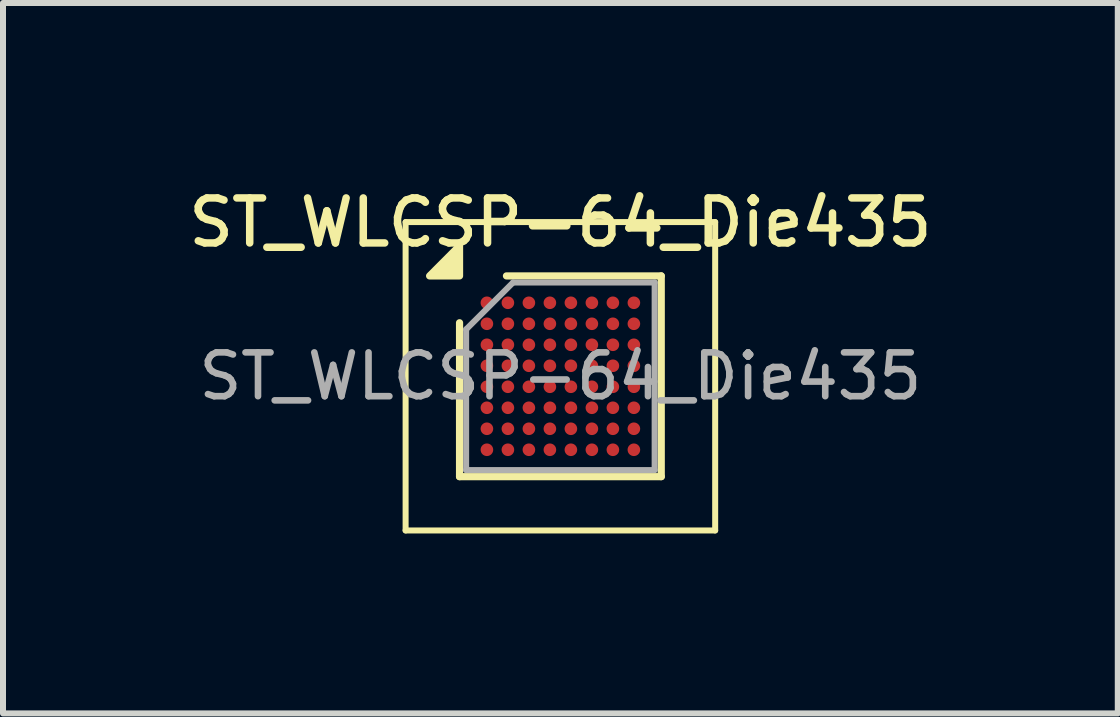
<source format=kicad_pcb>
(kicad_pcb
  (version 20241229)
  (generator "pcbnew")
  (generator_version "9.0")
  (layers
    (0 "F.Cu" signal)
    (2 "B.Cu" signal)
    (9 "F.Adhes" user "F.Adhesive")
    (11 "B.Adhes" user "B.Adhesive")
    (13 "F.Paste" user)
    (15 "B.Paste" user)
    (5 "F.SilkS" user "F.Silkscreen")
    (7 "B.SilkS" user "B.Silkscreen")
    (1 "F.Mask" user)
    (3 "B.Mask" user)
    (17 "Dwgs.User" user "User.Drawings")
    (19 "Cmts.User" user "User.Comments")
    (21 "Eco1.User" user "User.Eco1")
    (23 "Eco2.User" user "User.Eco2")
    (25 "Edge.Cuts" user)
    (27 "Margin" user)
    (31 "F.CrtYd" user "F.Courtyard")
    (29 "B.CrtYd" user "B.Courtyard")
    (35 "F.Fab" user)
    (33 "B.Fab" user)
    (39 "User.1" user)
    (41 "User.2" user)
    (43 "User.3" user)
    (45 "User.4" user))
  (footprint "ST_WLCSP-64_Die435"
    (layer "F.Cu")
    (at 6.291 3.222)
    (property "Reference" "ST_WLCSP-64_Die435" (at 0 -2.563 0) (layer "F.SilkS") (effects (font (size 0.75 0.75) (thickness 0.125))))
    (attr smd)
    (fp_line (start -2.58 -2.57) (end -2.58 2.57) (stroke (width 0.1) (type solid)) (layer "F.SilkS"))
    (fp_line (start -2.58 2.57) (end 2.58 2.57) (stroke (width 0.1) (type solid)) (layer "F.SilkS"))
    (fp_line (start -1.681 1.673) (end -1.681 -0.892) (stroke (width 0.12) (type solid)) (layer "F.SilkS"))
    (fp_line (start -0.899 -1.673) (end 1.681 -1.673) (stroke (width 0.12) (type solid)) (layer "F.SilkS"))
    (fp_line (start 1.681 -1.673) (end 1.681 1.673) (stroke (width 0.12) (type solid)) (layer "F.SilkS"))
    (fp_line (start 1.681 1.673) (end -1.681 1.673) (stroke (width 0.12) (type solid)) (layer "F.SilkS"))
    (fp_line (start 2.58 -2.57) (end -2.58 -2.57) (stroke (width 0.1) (type solid)) (layer "F.SilkS"))
    (fp_line (start 2.58 2.57) (end 2.58 -2.57) (stroke (width 0.1) (type solid)) (layer "F.SilkS"))
    (fp_poly (pts (xy -1.681 -1.673) (xy -2.18 -1.673) (xy -1.681 -2.174) (xy -1.681 -1.673)) (stroke (width 0.12) (type solid)) (fill yes) (layer "F.SilkS"))
    (fp_line (start -1.571 -0.782) (end -0.789 -1.563) (stroke (width 0.1) (type solid)) (layer "F.Fab"))
    (fp_line (start -1.571 1.563) (end -1.571 -0.782) (stroke (width 0.1) (type solid)) (layer "F.Fab"))
    (fp_line (start -0.789 -1.563) (end 1.571 -1.563) (stroke (width 0.1) (type solid)) (layer "F.Fab"))
    (fp_line (start 1.571 -1.563) (end 1.571 1.563) (stroke (width 0.1) (type solid)) (layer "F.Fab"))
    (fp_line (start 1.571 1.563) (end -1.571 1.563) (stroke (width 0.1) (type solid)) (layer "F.Fab"))
    (fp_text user "${REFERENCE}" (at 0 0 0) (layer "F.Fab") (effects (font (size 0.73 0.73) (thickness 0.11))))
    (pad "A1" smd circle (at -1.225 -1.225) (size 0.21 0.21) (property pad_prop_bga) (layers "F.Cu" "F.Mask" "F.Paste"))
    (pad "A2" smd circle (at -0.875 -1.225) (size 0.21 0.21) (property pad_prop_bga) (layers "F.Cu" "F.Mask" "F.Paste"))
    (pad "A3" smd circle (at -0.525 -1.225) (size 0.21 0.21) (property pad_prop_bga) (layers "F.Cu" "F.Mask" "F.Paste"))
    (pad "A4" smd circle (at -0.175 -1.225) (size 0.21 0.21) (property pad_prop_bga) (layers "F.Cu" "F.Mask" "F.Paste"))
    (pad "A5" smd circle (at 0.175 -1.225) (size 0.21 0.21) (property pad_prop_bga) (layers "F.Cu" "F.Mask" "F.Paste"))
    (pad "A6" smd circle (at 0.525 -1.225) (size 0.21 0.21) (property pad_prop_bga) (layers "F.Cu" "F.Mask" "F.Paste"))
    (pad "A7" smd circle (at 0.875 -1.225) (size 0.21 0.21) (property pad_prop_bga) (layers "F.Cu" "F.Mask" "F.Paste"))
    (pad "A8" smd circle (at 1.225 -1.225) (size 0.21 0.21) (property pad_prop_bga) (layers "F.Cu" "F.Mask" "F.Paste"))
    (pad "B1" smd circle (at -1.225 -0.875) (size 0.21 0.21) (property pad_prop_bga) (layers "F.Cu" "F.Mask" "F.Paste"))
    (pad "B2" smd circle (at -0.875 -0.875) (size 0.21 0.21) (property pad_prop_bga) (layers "F.Cu" "F.Mask" "F.Paste"))
    (pad "B3" smd circle (at -0.525 -0.875) (size 0.21 0.21) (property pad_prop_bga) (layers "F.Cu" "F.Mask" "F.Paste"))
    (pad "B4" smd circle (at -0.175 -0.875) (size 0.21 0.21) (property pad_prop_bga) (layers "F.Cu" "F.Mask" "F.Paste"))
    (pad "B5" smd circle (at 0.175 -0.875) (size 0.21 0.21) (property pad_prop_bga) (layers "F.Cu" "F.Mask" "F.Paste"))
    (pad "B6" smd circle (at 0.525 -0.875) (size 0.21 0.21) (property pad_prop_bga) (layers "F.Cu" "F.Mask" "F.Paste"))
    (pad "B7" smd circle (at 0.875 -0.875) (size 0.21 0.21) (property pad_prop_bga) (layers "F.Cu" "F.Mask" "F.Paste"))
    (pad "B8" smd circle (at 1.225 -0.875) (size 0.21 0.21) (property pad_prop_bga) (layers "F.Cu" "F.Mask" "F.Paste"))
    (pad "C1" smd circle (at -1.225 -0.525) (size 0.21 0.21) (property pad_prop_bga) (layers "F.Cu" "F.Mask" "F.Paste"))
    (pad "C2" smd circle (at -0.875 -0.525) (size 0.21 0.21) (property pad_prop_bga) (layers "F.Cu" "F.Mask" "F.Paste"))
    (pad "C3" smd circle (at -0.525 -0.525) (size 0.21 0.21) (property pad_prop_bga) (layers "F.Cu" "F.Mask" "F.Paste"))
    (pad "C4" smd circle (at -0.175 -0.525) (size 0.21 0.21) (property pad_prop_bga) (layers "F.Cu" "F.Mask" "F.Paste"))
    (pad "C5" smd circle (at 0.175 -0.525) (size 0.21 0.21) (property pad_prop_bga) (layers "F.Cu" "F.Mask" "F.Paste"))
    (pad "C6" smd circle (at 0.525 -0.525) (size 0.21 0.21) (property pad_prop_bga) (layers "F.Cu" "F.Mask" "F.Paste"))
    (pad "C7" smd circle (at 0.875 -0.525) (size 0.21 0.21) (property pad_prop_bga) (layers "F.Cu" "F.Mask" "F.Paste"))
    (pad "C8" smd circle (at 1.225 -0.525) (size 0.21 0.21) (property pad_prop_bga) (layers "F.Cu" "F.Mask" "F.Paste"))
    (pad "D1" smd circle (at -1.225 -0.175) (size 0.21 0.21) (property pad_prop_bga) (layers "F.Cu" "F.Mask" "F.Paste"))
    (pad "D2" smd circle (at -0.875 -0.175) (size 0.21 0.21) (property pad_prop_bga) (layers "F.Cu" "F.Mask" "F.Paste"))
    (pad "D3" smd circle (at -0.525 -0.175) (size 0.21 0.21) (property pad_prop_bga) (layers "F.Cu" "F.Mask" "F.Paste"))
    (pad "D4" smd circle (at -0.175 -0.175) (size 0.21 0.21) (property pad_prop_bga) (layers "F.Cu" "F.Mask" "F.Paste"))
    (pad "D5" smd circle (at 0.175 -0.175) (size 0.21 0.21) (property pad_prop_bga) (layers "F.Cu" "F.Mask" "F.Paste"))
    (pad "D6" smd circle (at 0.525 -0.175) (size 0.21 0.21) (property pad_prop_bga) (layers "F.Cu" "F.Mask" "F.Paste"))
    (pad "D7" smd circle (at 0.875 -0.175) (size 0.21 0.21) (property pad_prop_bga) (layers "F.Cu" "F.Mask" "F.Paste"))
    (pad "D8" smd circle (at 1.225 -0.175) (size 0.21 0.21) (property pad_prop_bga) (layers "F.Cu" "F.Mask" "F.Paste"))
    (pad "E1" smd circle (at -1.225 0.175) (size 0.21 0.21) (property pad_prop_bga) (layers "F.Cu" "F.Mask" "F.Paste"))
    (pad "E2" smd circle (at -0.875 0.175) (size 0.21 0.21) (property pad_prop_bga) (layers "F.Cu" "F.Mask" "F.Paste"))
    (pad "E3" smd circle (at -0.525 0.175) (size 0.21 0.21) (property pad_prop_bga) (layers "F.Cu" "F.Mask" "F.Paste"))
    (pad "E4" smd circle (at -0.175 0.175) (size 0.21 0.21) (property pad_prop_bga) (layers "F.Cu" "F.Mask" "F.Paste"))
    (pad "E5" smd circle (at 0.175 0.175) (size 0.21 0.21) (property pad_prop_bga) (layers "F.Cu" "F.Mask" "F.Paste"))
    (pad "E6" smd circle (at 0.525 0.175) (size 0.21 0.21) (property pad_prop_bga) (layers "F.Cu" "F.Mask" "F.Paste"))
    (pad "E7" smd circle (at 0.875 0.175) (size 0.21 0.21) (property pad_prop_bga) (layers "F.Cu" "F.Mask" "F.Paste"))
    (pad "E8" smd circle (at 1.225 0.175) (size 0.21 0.21) (property pad_prop_bga) (layers "F.Cu" "F.Mask" "F.Paste"))
    (pad "F1" smd circle (at -1.225 0.525) (size 0.21 0.21) (property pad_prop_bga) (layers "F.Cu" "F.Mask" "F.Paste"))
    (pad "F2" smd circle (at -0.875 0.525) (size 0.21 0.21) (property pad_prop_bga) (layers "F.Cu" "F.Mask" "F.Paste"))
    (pad "F3" smd circle (at -0.525 0.525) (size 0.21 0.21) (property pad_prop_bga) (layers "F.Cu" "F.Mask" "F.Paste"))
    (pad "F4" smd circle (at -0.175 0.525) (size 0.21 0.21) (property pad_prop_bga) (layers "F.Cu" "F.Mask" "F.Paste"))
    (pad "F5" smd circle (at 0.175 0.525) (size 0.21 0.21) (property pad_prop_bga) (layers "F.Cu" "F.Mask" "F.Paste"))
    (pad "F6" smd circle (at 0.525 0.525) (size 0.21 0.21) (property pad_prop_bga) (layers "F.Cu" "F.Mask" "F.Paste"))
    (pad "F7" smd circle (at 0.875 0.525) (size 0.21 0.21) (property pad_prop_bga) (layers "F.Cu" "F.Mask" "F.Paste"))
    (pad "F8" smd circle (at 1.225 0.525) (size 0.21 0.21) (property pad_prop_bga) (layers "F.Cu" "F.Mask" "F.Paste"))
    (pad "G1" smd circle (at -1.225 0.875) (size 0.21 0.21) (property pad_prop_bga) (layers "F.Cu" "F.Mask" "F.Paste"))
    (pad "G2" smd circle (at -0.875 0.875) (size 0.21 0.21) (property pad_prop_bga) (layers "F.Cu" "F.Mask" "F.Paste"))
    (pad "G3" smd circle (at -0.525 0.875) (size 0.21 0.21) (property pad_prop_bga) (layers "F.Cu" "F.Mask" "F.Paste"))
    (pad "G4" smd circle (at -0.175 0.875) (size 0.21 0.21) (property pad_prop_bga) (layers "F.Cu" "F.Mask" "F.Paste"))
    (pad "G5" smd circle (at 0.175 0.875) (size 0.21 0.21) (property pad_prop_bga) (layers "F.Cu" "F.Mask" "F.Paste"))
    (pad "G6" smd circle (at 0.525 0.875) (size 0.21 0.21) (property pad_prop_bga) (layers "F.Cu" "F.Mask" "F.Paste"))
    (pad "G7" smd circle (at 0.875 0.875) (size 0.21 0.21) (property pad_prop_bga) (layers "F.Cu" "F.Mask" "F.Paste"))
    (pad "G8" smd circle (at 1.225 0.875) (size 0.21 0.21) (property pad_prop_bga) (layers "F.Cu" "F.Mask" "F.Paste"))
    (pad "H1" smd circle (at -1.225 1.225) (size 0.21 0.21) (property pad_prop_bga) (layers "F.Cu" "F.Mask" "F.Paste"))
    (pad "H2" smd circle (at -0.875 1.225) (size 0.21 0.21) (property pad_prop_bga) (layers "F.Cu" "F.Mask" "F.Paste"))
    (pad "H3" smd circle (at -0.525 1.225) (size 0.21 0.21) (property pad_prop_bga) (layers "F.Cu" "F.Mask" "F.Paste"))
    (pad "H4" smd circle (at -0.175 1.225) (size 0.21 0.21) (property pad_prop_bga) (layers "F.Cu" "F.Mask" "F.Paste"))
    (pad "H5" smd circle (at 0.175 1.225) (size 0.21 0.21) (property pad_prop_bga) (layers "F.Cu" "F.Mask" "F.Paste"))
    (pad "H6" smd circle (at 0.525 1.225) (size 0.21 0.21) (property pad_prop_bga) (layers "F.Cu" "F.Mask" "F.Paste"))
    (pad "H7" smd circle (at 0.875 1.225) (size 0.21 0.21) (property pad_prop_bga) (layers "F.Cu" "F.Mask" "F.Paste"))
    (pad "H8" smd circle (at 1.225 1.225) (size 0.21 0.21) (property pad_prop_bga) (layers "F.Cu" "F.Mask" "F.Paste")))
  (gr_rect
    (start -3 -3)
    (end 15.582 8.842)
    (stroke (width 0.1) (type default))
    (fill no)
    (layer "Edge.Cuts")))
</source>
